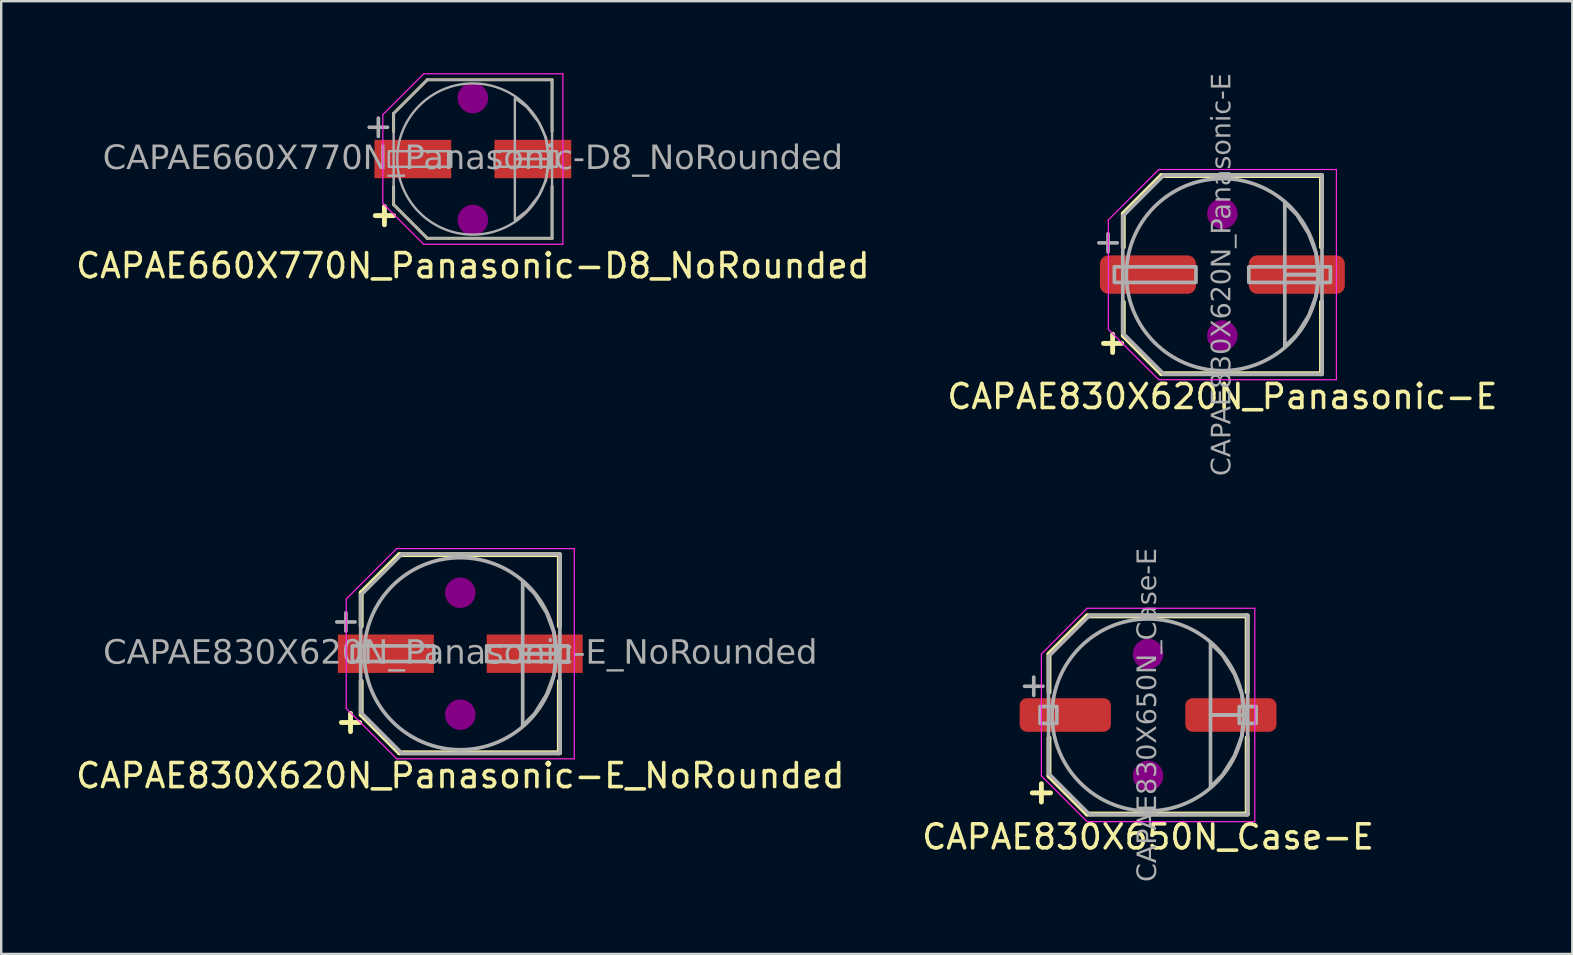
<source format=kicad_pcb>
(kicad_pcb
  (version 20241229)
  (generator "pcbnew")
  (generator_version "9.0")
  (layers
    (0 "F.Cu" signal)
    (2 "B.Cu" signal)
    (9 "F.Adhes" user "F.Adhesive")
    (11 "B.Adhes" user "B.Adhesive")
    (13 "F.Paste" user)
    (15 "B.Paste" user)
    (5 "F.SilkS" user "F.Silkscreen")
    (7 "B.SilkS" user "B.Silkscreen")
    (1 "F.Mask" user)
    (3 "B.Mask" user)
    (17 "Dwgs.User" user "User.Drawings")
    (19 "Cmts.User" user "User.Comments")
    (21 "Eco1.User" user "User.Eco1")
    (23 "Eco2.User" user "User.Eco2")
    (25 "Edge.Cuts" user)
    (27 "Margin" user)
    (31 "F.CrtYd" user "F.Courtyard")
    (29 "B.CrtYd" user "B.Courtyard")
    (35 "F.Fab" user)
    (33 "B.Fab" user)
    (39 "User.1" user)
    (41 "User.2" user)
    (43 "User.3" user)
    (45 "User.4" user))
  (footprint "CAPAE830X620N_Panasonic-E_NoRounded"
    (layer "F.Cu")
    (at 16.125 24.184)
    (property "Reference" "CAPAE830X620N_Panasonic-E_NoRounded" (at 0 5.08 0) (layer "F.SilkS") (effects (font (size 1 1) (thickness 0.15))))
    (attr smd)
    (fp_line (start -4.128 -2.54) (end -2.54 -4.128) (stroke (width 0.203) (type default)) (layer "F.SilkS"))
    (fp_line (start -4.128 -1.143) (end -4.128 -2.54) (stroke (width 0.203) (type default)) (layer "F.SilkS"))
    (fp_line (start -4.128 2.54) (end -4.128 1.143) (stroke (width 0.203) (type default)) (layer "F.SilkS"))
    (fp_line (start -2.54 -4.128) (end 4.128 -4.128) (stroke (width 0.203) (type solid)) (layer "F.SilkS"))
    (fp_line (start -2.54 4.128) (end -4.128 2.54) (stroke (width 0.203) (type default)) (layer "F.SilkS"))
    (fp_line (start -2.54 4.128) (end 4.128 4.128) (stroke (width 0.203) (type solid)) (layer "F.SilkS"))
    (fp_line (start 4.128 -1.143) (end 4.128 -4.128) (stroke (width 0.203) (type solid)) (layer "F.SilkS"))
    (fp_line (start 4.128 4.128) (end 4.128 1.143) (stroke (width 0.203) (type solid)) (layer "F.SilkS"))
    (fp_circle (center 0 -2.54) (end 0.635 -2.54) (stroke (width 0) (type solid)) (fill yes) (layer "F.Adhes"))
    (fp_circle (center 0 2.54) (end 0.635 2.54) (stroke (width 0) (type solid)) (fill yes) (layer "F.Adhes"))
    (fp_line (start -4.75 -2.28) (end -4.75 0) (stroke (width 0.05) (type solid)) (layer "F.CrtYd"))
    (fp_line (start -4.75 -2.28) (end -2.65 -4.378) (stroke (width 0.05) (type solid)) (layer "F.CrtYd"))
    (fp_line (start -4.75 2.28) (end -4.75 0) (stroke (width 0.05) (type solid)) (layer "F.CrtYd"))
    (fp_line (start -4.75 2.28) (end -2.65 4.378) (stroke (width 0.05) (type solid)) (layer "F.CrtYd"))
    (fp_line (start -2.65 -4.378) (end 4.75 -4.378) (stroke (width 0.05) (type solid)) (layer "F.CrtYd"))
    (fp_line (start -2.65 4.378) (end 4.75 4.378) (stroke (width 0.05) (type solid)) (layer "F.CrtYd"))
    (fp_line (start 4.75 -4.378) (end 4.75 0) (stroke (width 0.05) (type solid)) (layer "F.CrtYd"))
    (fp_line (start 4.75 4.378) (end 4.75 0) (stroke (width 0.05) (type solid)) (layer "F.CrtYd"))
    (fp_line (start -4.15 -2.435) (end -4.15 2.435) (stroke (width 0.152) (type solid)) (layer "F.Fab"))
    (fp_line (start -2.435 -4.15) (end -4.15 -2.435) (stroke (width 0.152) (type solid)) (layer "F.Fab"))
    (fp_line (start -2.435 -4.15) (end 4.15 -4.15) (stroke (width 0.152) (type solid)) (layer "F.Fab"))
    (fp_line (start -2.435 4.15) (end -4.15 2.435) (stroke (width 0.152) (type solid)) (layer "F.Fab"))
    (fp_line (start -2.435 4.15) (end 4.15 4.15) (stroke (width 0.152) (type solid)) (layer "F.Fab"))
    (fp_line (start 4.15 -4.15) (end 4.15 4.15) (stroke (width 0.152) (type solid)) (layer "F.Fab"))
    (fp_rect (start -4.5 0.325) (end -1.1 -0.325) (stroke (width 0.152) (type solid)) (fill no) (layer "F.Fab"))
    (fp_rect (start 4.5 0.325) (end 1.1 -0.325) (stroke (width 0.152) (type solid)) (fill no) (layer "F.Fab"))
    (fp_circle (center 0 0) (end 4 0) (stroke (width 0.152) (type default)) (fill no) (layer "F.Fab"))
    (fp_poly (pts (xy 2.6 -3) (xy 3.1 -2.5) (xy 3.6 -1.7) (xy 3.9 -0.9) (xy 4 0) (xy 2.6 0)) (stroke (width 0.152) (type solid)) (fill no) (layer "F.Fab"))
    (fp_poly (pts (xy 2.6 3) (xy 3.1 2.5) (xy 3.6 1.7) (xy 3.9 0.9) (xy 4 0) (xy 2.6 0)) (stroke (width 0.152) (type solid)) (fill no) (layer "F.Fab"))
    (fp_text user "+" (at -4.572 2.794 0) (unlocked yes) (layer "F.SilkS") (effects (font (size 1 1) (thickness 0.203) (bold yes))))
    (fp_text user "${REFERENCE}" (at 0 0 0) (layer "F.Fab") (effects (font (face "Tahoma") (size 1 1) (thickness 0.15))))
    (fp_text user "+" (at -4.763 -1.397 0) (unlocked yes) (layer "F.Fab") (effects (font (size 1 1) (thickness 0.152))))
    (pad "1" smd rect (at -3.1 0) (size 4 1.6) (layers "F.Cu" "F.Mask" "F.Paste"))
    (pad "2" smd rect (at 3.1 0) (size 4 1.6) (layers "F.Cu" "F.Mask" "F.Paste")))
  (footprint "CAPAE660X770N_Panasonic-D8_NoRounded"
    (layer "F.Cu")
    (at 16.649 3.575)
    (property "Reference" "CAPAE660X770N_Panasonic-D8_NoRounded" (at 0 4.445 0) (layer "F.SilkS") (effects (font (size 1 1) (thickness 0.15))))
    (attr smd)
    (fp_line (start -3.3 -1.9) (end -1.9 -3.3) (stroke (width 0.12) (type default)) (layer "F.SilkS"))
    (fp_line (start -3.3 -1.143) (end -3.3 -1.9) (stroke (width 0.12) (type default)) (layer "F.SilkS"))
    (fp_line (start -3.3 1.9) (end -3.3 1.143) (stroke (width 0.12) (type default)) (layer "F.SilkS"))
    (fp_line (start -3.3 1.9) (end -1.9 3.3) (stroke (width 0.12) (type default)) (layer "F.SilkS"))
    (fp_line (start -1.9 -3.3) (end 3.3 -3.3) (stroke (width 0.12) (type solid)) (layer "F.SilkS"))
    (fp_line (start -1.9 3.3) (end 3.3 3.3) (stroke (width 0.12) (type solid)) (layer "F.SilkS"))
    (fp_line (start 3.3 -1.143) (end 3.3 -3.3) (stroke (width 0.12) (type solid)) (layer "F.SilkS"))
    (fp_line (start 3.3 3.3) (end 3.3 1.143) (stroke (width 0.12) (type solid)) (layer "F.SilkS"))
    (fp_circle (center 0 -2.54) (end 0.635 -2.54) (stroke (width 0) (type solid)) (fill yes) (layer "F.Adhes"))
    (fp_circle (center 0 2.54) (end 0.635 2.54) (stroke (width 0) (type solid)) (fill yes) (layer "F.Adhes"))
    (fp_line (start -3.75 -1.85) (end -3.75 0) (stroke (width 0.05) (type solid)) (layer "F.CrtYd"))
    (fp_line (start -3.75 -1.85) (end -2.05 -3.55) (stroke (width 0.05) (type solid)) (layer "F.CrtYd"))
    (fp_line (start -3.75 1.85) (end -3.75 0) (stroke (width 0.05) (type solid)) (layer "F.CrtYd"))
    (fp_line (start -3.75 1.85) (end -2.05 3.55) (stroke (width 0.05) (type solid)) (layer "F.CrtYd"))
    (fp_line (start -2.05 -3.55) (end 3.75 -3.55) (stroke (width 0.05) (type solid)) (layer "F.CrtYd"))
    (fp_line (start -2.05 3.55) (end 3.75 3.55) (stroke (width 0.05) (type solid)) (layer "F.CrtYd"))
    (fp_line (start 3.75 -3.55) (end 3.75 0) (stroke (width 0.05) (type solid)) (layer "F.CrtYd"))
    (fp_line (start 3.75 3.55) (end 3.75 0) (stroke (width 0.05) (type solid)) (layer "F.CrtYd"))
    (fp_line (start -3.3 -1.9) (end -3.3 1.9) (stroke (width 0.1) (type solid)) (layer "F.Fab"))
    (fp_line (start -3.3 -1.9) (end -1.9 -3.3) (stroke (width 0.1) (type default)) (layer "F.Fab"))
    (fp_line (start -3.3 1.9) (end -1.9 3.3) (stroke (width 0.1) (type default)) (layer "F.Fab"))
    (fp_line (start -1.9 -3.3) (end 3.3 -3.3) (stroke (width 0.1) (type solid)) (layer "F.Fab"))
    (fp_line (start -1.9 3.3) (end 3.3 3.3) (stroke (width 0.1) (type solid)) (layer "F.Fab"))
    (fp_line (start 3.3 -3.3) (end 3.3 3.3) (stroke (width 0.1) (type solid)) (layer "F.Fab"))
    (fp_rect (start -3.5 0.325) (end -0.9 -0.325) (stroke (width 0.1) (type solid)) (fill no) (layer "F.Fab"))
    (fp_rect (start 3.5 0.325) (end 0.9 -0.325) (stroke (width 0.1) (type solid)) (fill no) (layer "F.Fab"))
    (fp_circle (center 0 0) (end 3.15 0) (stroke (width 0.1) (type default)) (fill no) (layer "F.Fab"))
    (fp_poly (pts (xy 1.75 -2.54) (xy 2.25 -2.159) (xy 2.75 -1.524) (xy 3.05 -0.889) (xy 3.15 0) (xy 1.75 0)) (stroke (width 0.1) (type solid)) (fill no) (layer "F.Fab"))
    (fp_poly (pts (xy 1.75 2.54) (xy 2.25 2.159) (xy 2.75 1.524) (xy 3.05 0.889) (xy 3.15 0) (xy 1.75 0)) (stroke (width 0.1) (type solid)) (fill no) (layer "F.Fab"))
    (fp_text user "+" (at -3.683 2.286 0) (unlocked yes) (layer "F.SilkS") (effects (font (size 1 1) (thickness 0.203) (bold yes))))
    (fp_text user "+" (at -3.937 -1.397 0) (unlocked yes) (layer "F.Fab") (effects (font (size 1 1) (thickness 0.152))))
    (fp_text user "${REFERENCE}" (at 0 0 0) (layer "F.Fab") (effects (font (face "Tahoma") (size 1 1) (thickness 0.15))))
    (pad "1" smd rect (at -2.5 0) (size 3.2 1.6) (layers "F.Cu" "F.Mask" "F.Paste"))
    (pad "2" smd rect (at 2.5 0) (size 3.2 1.6) (layers "F.Cu" "F.Mask" "F.Paste")))
  (footprint "CAPAE830X620N_Panasonic-E"
    (layer "F.Cu")
    (at 47.875 8.391)
    (property "Reference" "CAPAE830X620N_Panasonic-E" (at 0 5.08 0) (layer "F.SilkS") (effects (font (size 1 1) (thickness 0.15))))
    (attr smd)
    (fp_line (start -4.128 -2.54) (end -2.54 -4.128) (stroke (width 0.203) (type default)) (layer "F.SilkS"))
    (fp_line (start -4.128 -1.143) (end -4.128 -2.54) (stroke (width 0.203) (type default)) (layer "F.SilkS"))
    (fp_line (start -4.128 2.54) (end -4.128 1.143) (stroke (width 0.203) (type default)) (layer "F.SilkS"))
    (fp_line (start -2.54 -4.128) (end 4.128 -4.128) (stroke (width 0.203) (type solid)) (layer "F.SilkS"))
    (fp_line (start -2.54 4.128) (end -4.128 2.54) (stroke (width 0.203) (type default)) (layer "F.SilkS"))
    (fp_line (start -2.54 4.128) (end 4.128 4.128) (stroke (width 0.203) (type solid)) (layer "F.SilkS"))
    (fp_line (start 4.128 -1.143) (end 4.128 -4.128) (stroke (width 0.203) (type solid)) (layer "F.SilkS"))
    (fp_line (start 4.128 4.128) (end 4.128 1.143) (stroke (width 0.203) (type solid)) (layer "F.SilkS"))
    (fp_circle (center 0 -2.54) (end 0.635 -2.54) (stroke (width 0) (type solid)) (fill yes) (layer "F.Adhes"))
    (fp_circle (center 0 2.54) (end 0.635 2.54) (stroke (width 0) (type solid)) (fill yes) (layer "F.Adhes"))
    (fp_line (start -4.75 -2.28) (end -4.75 0) (stroke (width 0.05) (type solid)) (layer "F.CrtYd"))
    (fp_line (start -4.75 -2.28) (end -2.65 -4.378) (stroke (width 0.05) (type solid)) (layer "F.CrtYd"))
    (fp_line (start -4.75 2.28) (end -4.75 0) (stroke (width 0.05) (type solid)) (layer "F.CrtYd"))
    (fp_line (start -4.75 2.28) (end -2.65 4.378) (stroke (width 0.05) (type solid)) (layer "F.CrtYd"))
    (fp_line (start -2.65 -4.378) (end 4.75 -4.378) (stroke (width 0.05) (type solid)) (layer "F.CrtYd"))
    (fp_line (start -2.65 4.378) (end 4.75 4.378) (stroke (width 0.05) (type solid)) (layer "F.CrtYd"))
    (fp_line (start 4.75 -4.378) (end 4.75 0) (stroke (width 0.05) (type solid)) (layer "F.CrtYd"))
    (fp_line (start 4.75 4.378) (end 4.75 0) (stroke (width 0.05) (type solid)) (layer "F.CrtYd"))
    (fp_line (start -4.15 -2.435) (end -4.15 2.435) (stroke (width 0.152) (type solid)) (layer "F.Fab"))
    (fp_line (start -2.435 -4.15) (end -4.15 -2.435) (stroke (width 0.152) (type solid)) (layer "F.Fab"))
    (fp_line (start -2.435 -4.15) (end 4.15 -4.15) (stroke (width 0.152) (type solid)) (layer "F.Fab"))
    (fp_line (start -2.435 4.15) (end -4.15 2.435) (stroke (width 0.152) (type solid)) (layer "F.Fab"))
    (fp_line (start -2.435 4.15) (end 4.15 4.15) (stroke (width 0.152) (type solid)) (layer "F.Fab"))
    (fp_line (start 4.15 -4.15) (end 4.15 4.15) (stroke (width 0.152) (type solid)) (layer "F.Fab"))
    (fp_rect (start -4.5 0.325) (end -1.1 -0.325) (stroke (width 0.152) (type solid)) (fill no) (layer "F.Fab"))
    (fp_rect (start 4.5 0.325) (end 1.1 -0.325) (stroke (width 0.152) (type solid)) (fill no) (layer "F.Fab"))
    (fp_circle (center 0 0) (end 4 0) (stroke (width 0.152) (type default)) (fill no) (layer "F.Fab"))
    (fp_poly (pts (xy 2.6 -3) (xy 3.1 -2.5) (xy 3.6 -1.7) (xy 3.9 -0.9) (xy 4 0) (xy 2.6 0)) (stroke (width 0.152) (type solid)) (fill no) (layer "F.Fab"))
    (fp_poly (pts (xy 2.6 3) (xy 3.1 2.5) (xy 3.6 1.7) (xy 3.9 0.9) (xy 4 0) (xy 2.6 0)) (stroke (width 0.152) (type solid)) (fill no) (layer "F.Fab"))
    (fp_text user "+" (at -4.572 2.794 0) (unlocked yes) (layer "F.SilkS") (effects (font (size 1 1) (thickness 0.203) (bold yes))))
    (fp_text user "+" (at -4.763 -1.397 0) (unlocked yes) (layer "F.Fab") (effects (font (size 1 1) (thickness 0.152))))
    (fp_text user "${REFERENCE}" (at 0 0 90) (layer "F.Fab") (effects (font (face "Tahoma") (size 0.8 0.8) (thickness 0.12))))
    (pad "1" smd roundrect (at -3.1 0) (size 4 1.6) (layers "F.Cu" "F.Mask" "F.Paste") (roundrect_rratio 0.217))
    (pad "2" smd roundrect (at 3.1 0) (size 4 1.6) (layers "F.Cu" "F.Mask" "F.Paste") (roundrect_rratio 0.217)))
  (footprint "CAPAE830X650N_Case-E"
    (layer "F.Cu")
    (at 44.78 26.736)
    (property "Reference" "CAPAE830X650N_Case-E" (at 0 5.08 0) (layer "F.SilkS") (effects (font (size 1 1) (thickness 0.15))))
    (attr smd)
    (fp_line (start -4.128 -2.54) (end -2.54 -4.128) (stroke (width 0.203) (type default)) (layer "F.SilkS"))
    (fp_line (start -4.128 -0.953) (end -4.128 -2.54) (stroke (width 0.203) (type default)) (layer "F.SilkS"))
    (fp_line (start -4.128 2.54) (end -4.128 0.953) (stroke (width 0.203) (type default)) (layer "F.SilkS"))
    (fp_line (start -2.54 -4.128) (end 4.128 -4.128) (stroke (width 0.203) (type solid)) (layer "F.SilkS"))
    (fp_line (start -2.54 4.128) (end -4.128 2.54) (stroke (width 0.203) (type default)) (layer "F.SilkS"))
    (fp_line (start -2.54 4.128) (end 4.128 4.128) (stroke (width 0.203) (type solid)) (layer "F.SilkS"))
    (fp_line (start 4.128 -0.953) (end 4.128 -4.128) (stroke (width 0.203) (type solid)) (layer "F.SilkS"))
    (fp_line (start 4.128 4.128) (end 4.128 0.953) (stroke (width 0.203) (type solid)) (layer "F.SilkS"))
    (fp_circle (center 0 -2.54) (end 0.635 -2.54) (stroke (width 0) (type solid)) (fill yes) (layer "F.Adhes"))
    (fp_circle (center 0 2.54) (end 0.635 2.54) (stroke (width 0) (type solid)) (fill yes) (layer "F.Adhes"))
    (fp_line (start -4.445 -2.54) (end -4.445 2.54) (stroke (width 0.05) (type solid)) (layer "F.CrtYd"))
    (fp_line (start -4.445 -2.54) (end -2.54 -4.445) (stroke (width 0.05) (type solid)) (layer "F.CrtYd"))
    (fp_line (start -4.445 2.54) (end -2.54 4.445) (stroke (width 0.05) (type solid)) (layer "F.CrtYd"))
    (fp_line (start -2.54 -4.445) (end 4.445 -4.445) (stroke (width 0.05) (type solid)) (layer "F.CrtYd"))
    (fp_line (start -2.54 4.445) (end 4.445 4.445) (stroke (width 0.05) (type solid)) (layer "F.CrtYd"))
    (fp_line (start 4.445 -4.445) (end 4.445 4.445) (stroke (width 0.05) (type solid)) (layer "F.CrtYd"))
    (fp_line (start -4.15 -2.435) (end -4.15 2.435) (stroke (width 0.152) (type solid)) (layer "F.Fab"))
    (fp_line (start -2.435 -4.15) (end -4.15 -2.435) (stroke (width 0.152) (type solid)) (layer "F.Fab"))
    (fp_line (start -2.435 -4.15) (end 4.15 -4.15) (stroke (width 0.152) (type solid)) (layer "F.Fab"))
    (fp_line (start -2.435 4.15) (end -4.15 2.435) (stroke (width 0.152) (type solid)) (layer "F.Fab"))
    (fp_line (start -2.435 4.15) (end 4.15 4.15) (stroke (width 0.152) (type solid)) (layer "F.Fab"))
    (fp_line (start 4.15 -4.15) (end 4.15 4.15) (stroke (width 0.152) (type solid)) (layer "F.Fab"))
    (fp_rect (start -4.5 0.35) (end -3.8 -0.35) (stroke (width 0.152) (type solid)) (fill no) (layer "F.Fab"))
    (fp_rect (start 4.5 -0.35) (end 3.8 0.35) (stroke (width 0.152) (type solid)) (fill no) (layer "F.Fab"))
    (fp_circle (center 0 0) (end 4 0) (stroke (width 0.152) (type default)) (fill no) (layer "F.Fab"))
    (fp_poly (pts (xy 2.6 -3) (xy 3.1 -2.5) (xy 3.6 -1.7) (xy 3.9 -0.9) (xy 4 0) (xy 2.6 0)) (stroke (width 0.152) (type solid)) (fill no) (layer "F.Fab"))
    (fp_poly (pts (xy 2.6 3) (xy 3.1 2.5) (xy 3.6 1.7) (xy 3.9 0.9) (xy 4 0) (xy 2.6 0)) (stroke (width 0.152) (type solid)) (fill no) (layer "F.Fab"))
    (fp_text user "+" (at -4.445 3.175 0) (unlocked yes) (layer "F.SilkS") (effects (font (size 1 1) (thickness 0.203) (bold yes))))
    (fp_text user "+" (at -4.763 -1.27 0) (unlocked yes) (layer "F.Fab") (effects (font (size 1 1) (thickness 0.152))))
    (fp_text user "${REFERENCE}" (at 0 0 90) (layer "F.Fab") (effects (font (face "Tahoma") (size 0.8 0.8) (thickness 0.12))))
    (pad "1" smd roundrect (at -3.45 0) (size 3.8 1.4) (layers "F.Cu" "F.Mask" "F.Paste") (roundrect_rratio 0.217))
    (pad "2" smd roundrect (at 3.45 0) (size 3.8 1.4) (layers "F.Cu" "F.Mask" "F.Paste") (roundrect_rratio 0.217)))
  (gr_rect
    (start -3 -3)
    (end 62.452 36.692)
    (stroke (width 0.1) (type default))
    (fill no)
    (layer "Edge.Cuts")))
</source>
